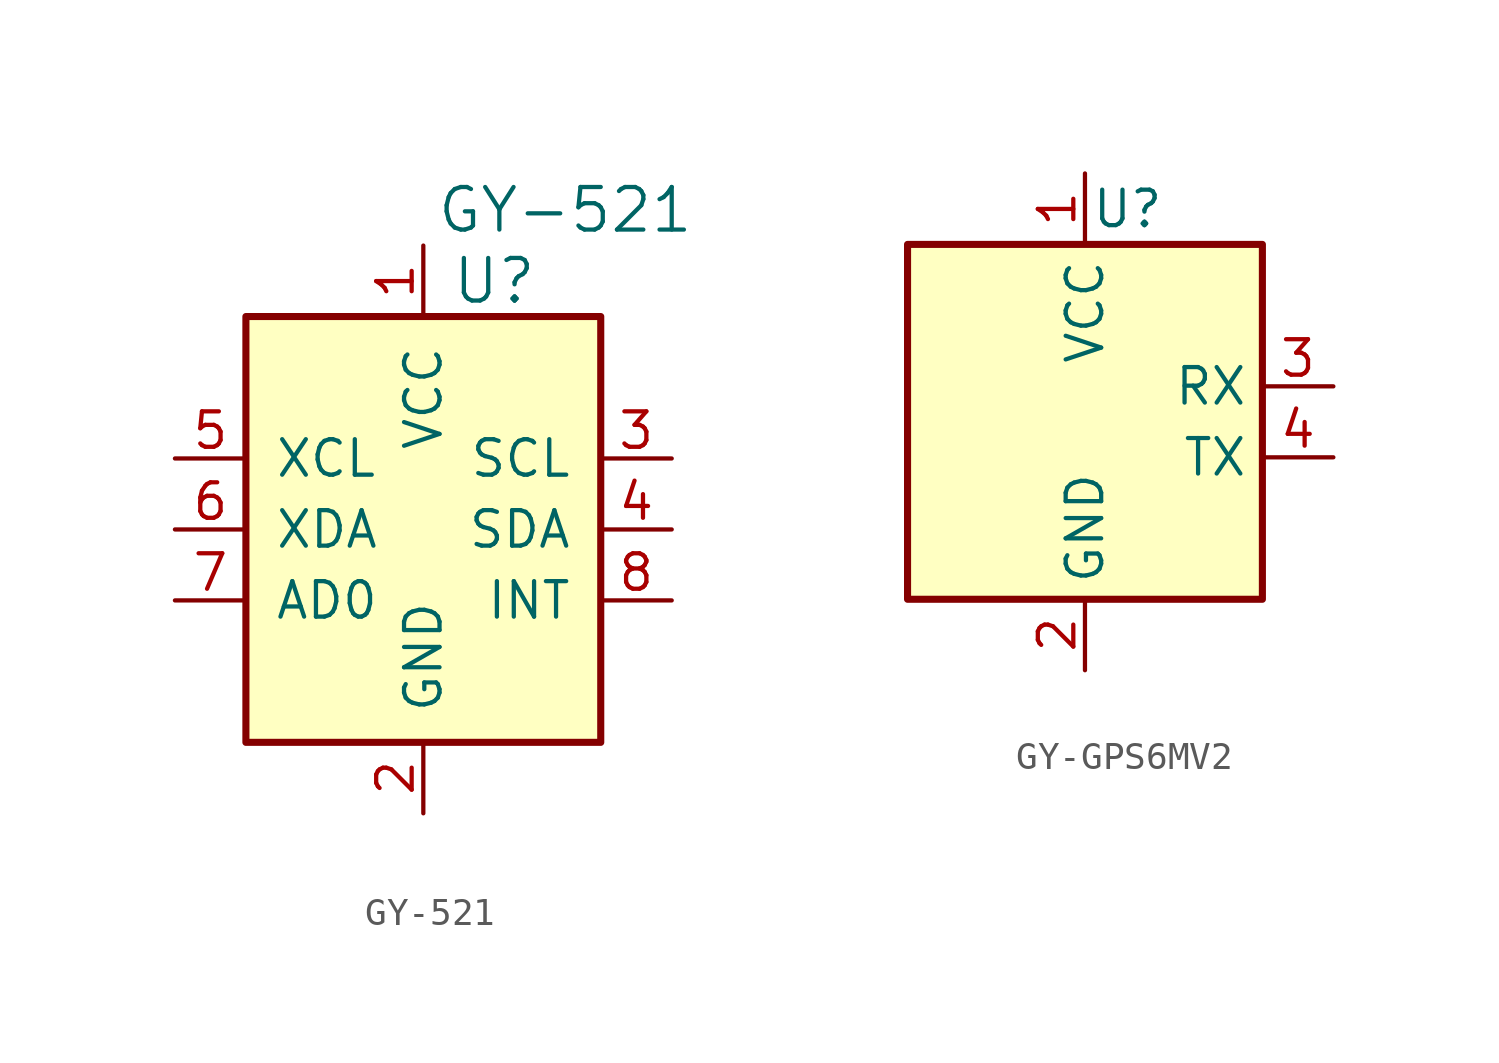
<source format=kicad_sym>
(kicad_symbol_lib
  (version 20231120)
  (generator "kicad_symbol_editor")
  (generator_version "8.0")
  (symbol "GY-521"
    (pin_names
      (offset 1.016))
    (property "Reference" "U"
      (at 2.54 8.89 0)
      (effects (font (size 1.524 1.524))))
    (property "Value" "GY-521"
      (at 5.08 11.43 0)
      (effects (font (size 1.524 1.524))))
    (property "Footprint" ""
      (at 0 0 0)
      (effects (font (size 1.524 1.524))))
    (property "Datasheet" ""
      (at 0 0 0)
      (effects (font (size 1.524 1.524))))
    (symbol "GY-521_0_1"
      (rectangle (start -6.35 7.62) (end 6.35 -7.62) (stroke (width 0.254) (type default)) (fill (type background))))
    (symbol "GY-521_1_1"
      (pin power_in line (at 0 10.16 270) (length 2.54) (name "VCC" (effects (font (size 1.27 1.27)))) (number "1" (effects (font (size 1.27 1.27)))))
      (pin power_in line (at 0 -10.16 90) (length 2.54) (name "GND" (effects (font (size 1.27 1.27)))) (number "2" (effects (font (size 1.27 1.27)))))
      (pin input line (at 8.89 2.54 180) (length 2.54) (name "SCL" (effects (font (size 1.27 1.27)))) (number "3" (effects (font (size 1.27 1.27)))))
      (pin input line (at 8.89 0 180) (length 2.54) (name "SDA" (effects (font (size 1.27 1.27)))) (number "4" (effects (font (size 1.27 1.27)))))
      (pin input line (at -8.89 2.54 0) (length 2.54) (name "XCL" (effects (font (size 1.27 1.27)))) (number "5" (effects (font (size 1.27 1.27)))))
      (pin input line (at -8.89 0 0) (length 2.54) (name "XDA" (effects (font (size 1.27 1.27)))) (number "6" (effects (font (size 1.27 1.27)))))
      (pin input line (at -8.89 -2.54 0) (length 2.54) (name "AD0" (effects (font (size 1.27 1.27)))) (number "7" (effects (font (size 1.27 1.27)))))
      (pin input line (at 8.89 -2.54 180) (length 2.54) (name "INT" (effects (font (size 1.27 1.27)))) (number "8" (effects (font (size 1.27 1.27)))))))
  (symbol "GY-GPS6MV2"
    (property "Reference" "U"
      (at 1.524 6.35 0)
      (effects (font (size 1.27 1.27))))
    (property "Value" ""
      (at 0 0 0)
      (effects (font (size 1.27 1.27))))
    (symbol "GY-GPS6MV2_0_1"
      (rectangle (start -6.35 5.08) (end 6.35 -7.62) (stroke (width 0.254) (type default)) (fill (type background))))
    (symbol "GY-GPS6MV2_1_1"
      (pin power_in line (at 0 7.62 270) (length 2.54) (name "VCC" (effects (font (size 1.27 1.27)))) (number "1" (effects (font (size 1.27 1.27)))))
      (pin power_in line (at 0 -10.16 90) (length 2.54) (name "GND" (effects (font (size 1.27 1.27)))) (number "2" (effects (font (size 1.27 1.27)))))
      (pin input line (at 8.89 0 180) (length 2.54) (name "RX" (effects (font (size 1.27 1.27)))) (number "3" (effects (font (size 1.27 1.27)))))
      (pin input line (at 8.89 -2.54 180) (length 2.54) (name "TX" (effects (font (size 1.27 1.27)))) (number "4" (effects (font (size 1.27 1.27))))))))
</source>
